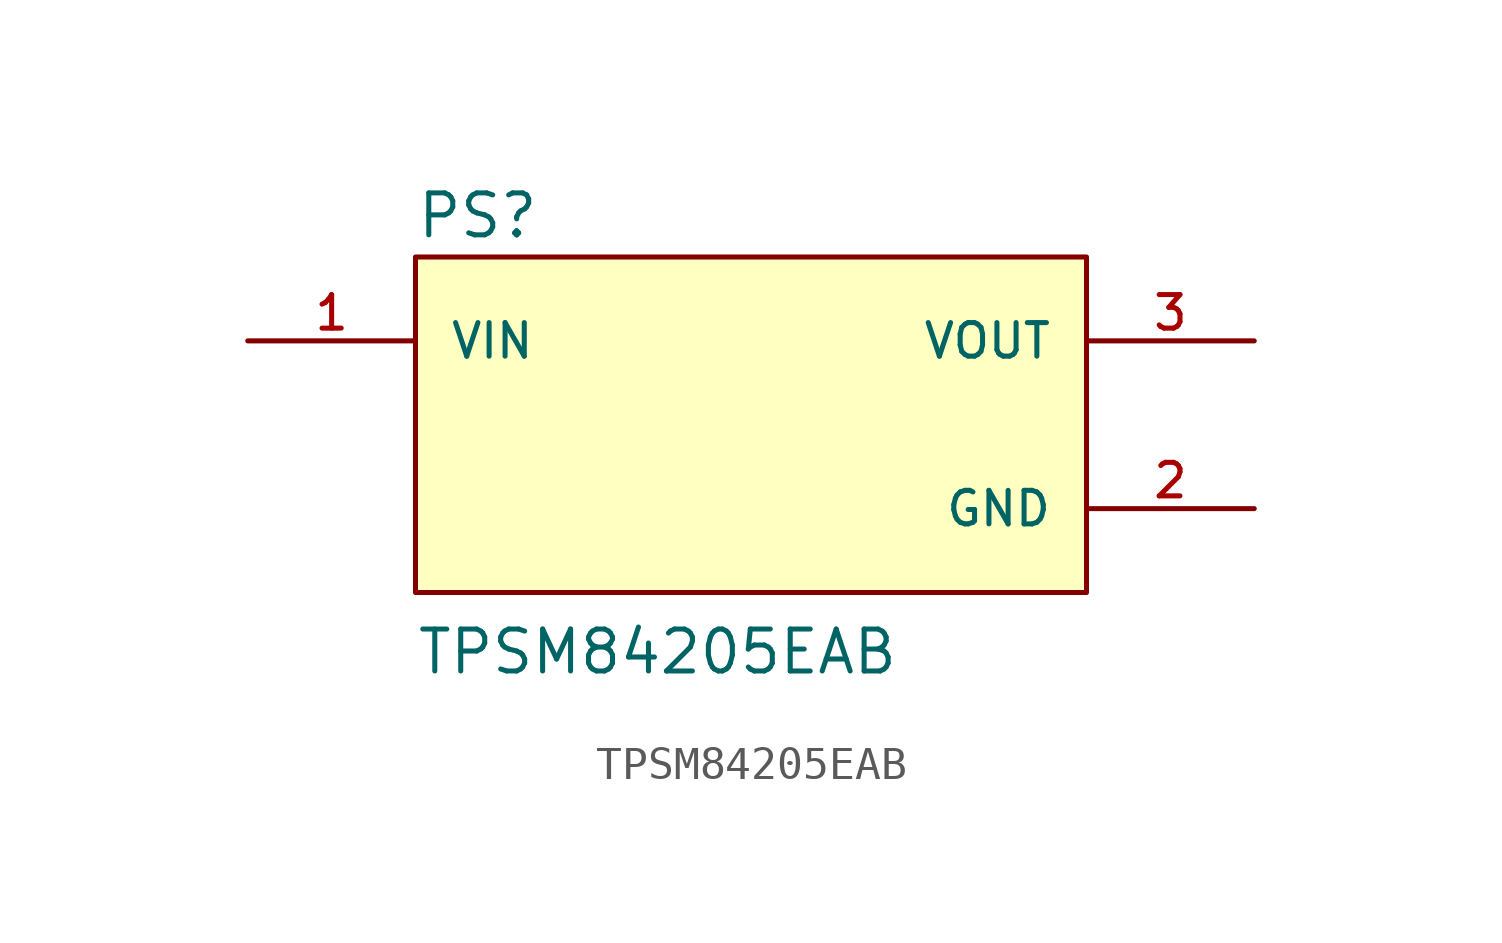
<source format=kicad_sym>
(kicad_symbol_lib
  (version 20220914)
  (generator kicad_symbol_editor)
  (symbol "TPSM84205EAB"
    (pin_names
      (offset 1.016))
    (property "Reference" "PS"
      (at -10.16 5.588 0)
      (effects (font (size 1.27 1.27)) (justify left bottom)))
    (property "Value" "TPSM84205EAB"
      (at -10.16 -7.62 0)
      (effects (font (size 1.27 1.27)) (justify left bottom)))
    (symbol "TPSM84205EAB_0_0"
      (rectangle (start -10.16 5.08) (end 10.16 -5.08) (stroke (width 0.152) (type default)) (fill (type background)))
      (pin input line (at -15.24 2.54 0) (length 5.08) (name "VIN" (effects (font (size 1.016 1.016)))) (number "1" (effects (font (size 1.016 1.016)))))
      (pin power_in line (at 15.24 -2.54 180) (length 5.08) (name "GND" (effects (font (size 1.016 1.016)))) (number "2" (effects (font (size 1.016 1.016)))))
      (pin output line (at 15.24 2.54 180) (length 5.08) (name "VOUT" (effects (font (size 1.016 1.016)))) (number "3" (effects (font (size 1.016 1.016))))))))
</source>
